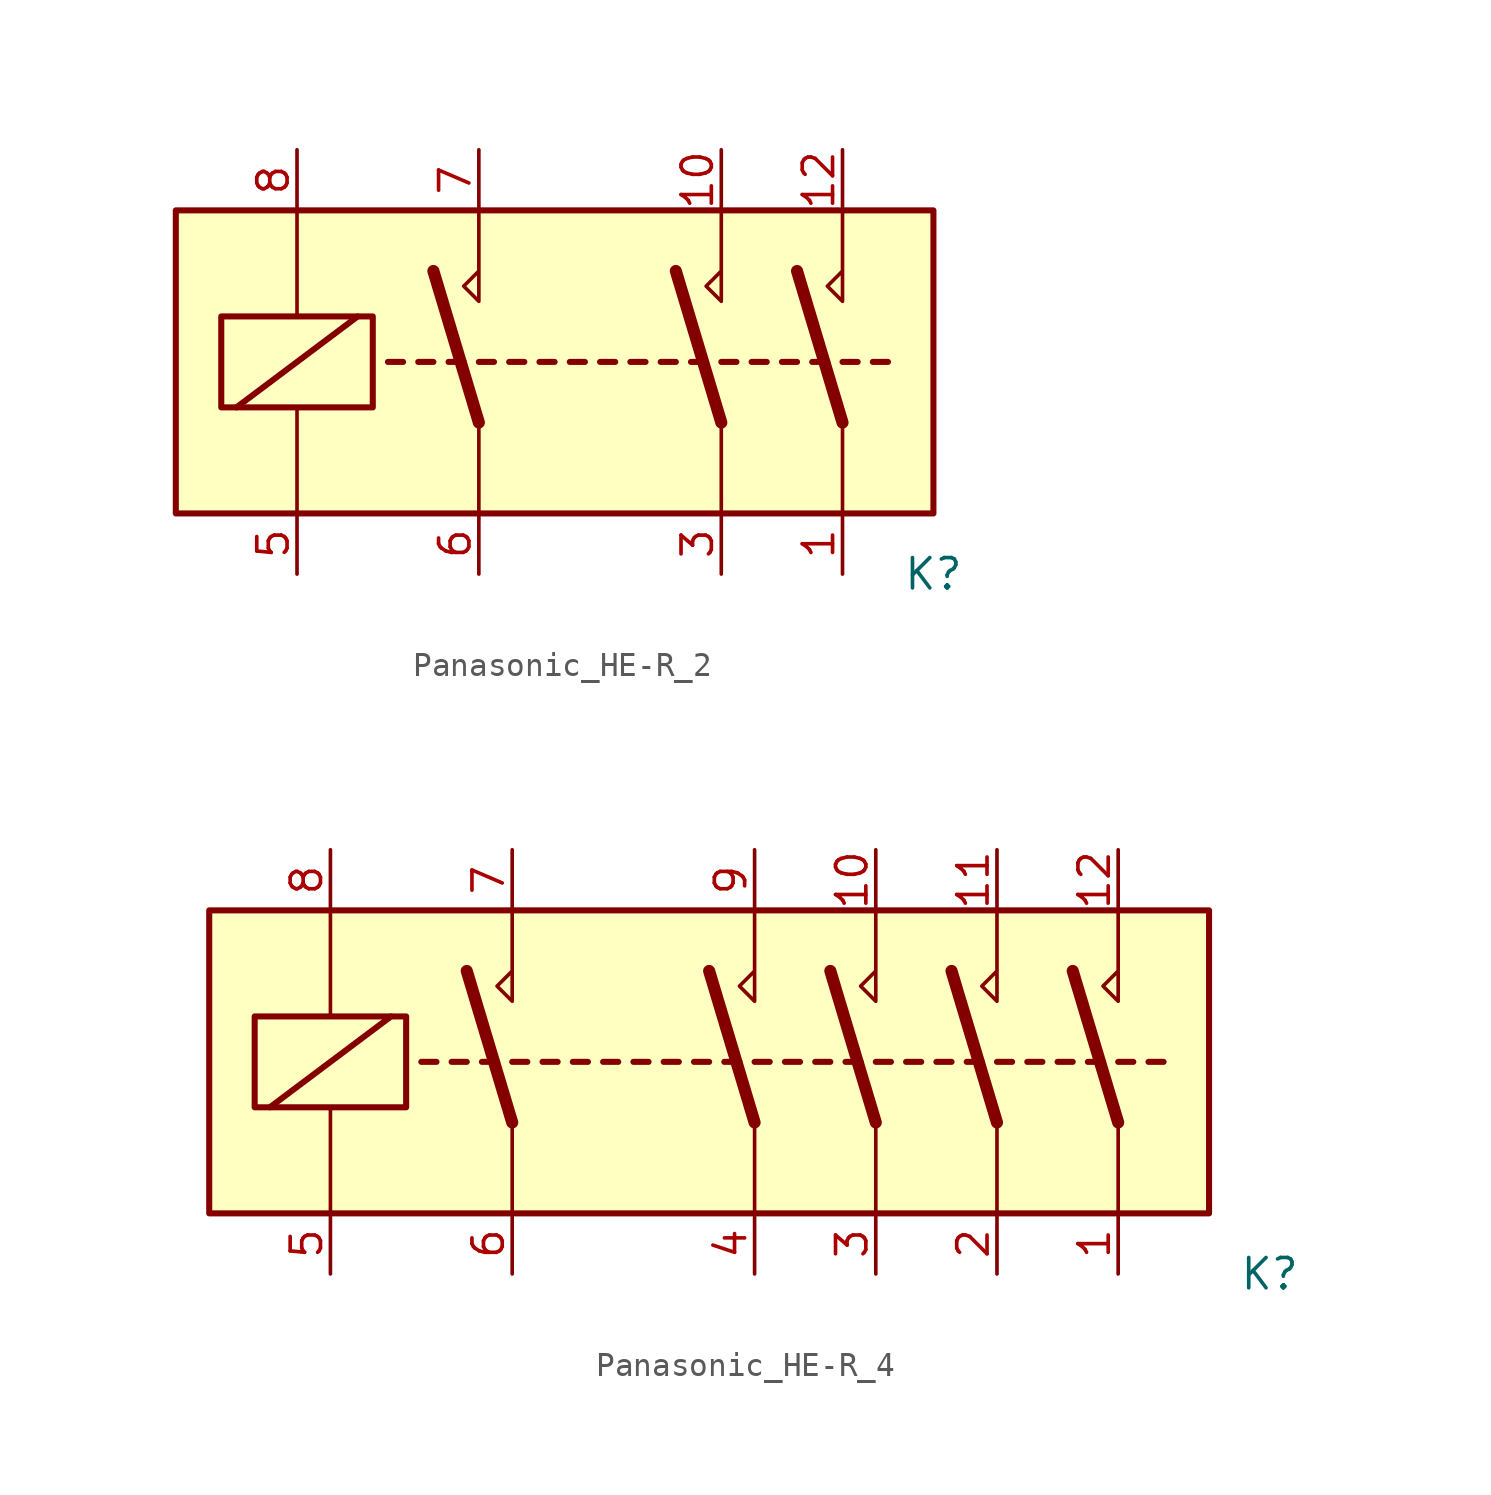
<source format=kicad_sym>
(kicad_symbol_lib
  (version 20231120)
  (generator "kicad_symbol_editor")
  (generator_version "8.0")
  (symbol "Panasonic_HE-R_2"
    (property "Reference" "K"
      (at 31.75 -2.54 0)
      (effects (font (size 1.27 1.27))))
    (property "Value" ""
      (at 5.08 -1.27 0)
      (effects (font (size 1.27 1.27))))
    (symbol "Panasonic_HE-R_2_0_0"
      (polyline (pts (xy 12.7 12.7) (xy 12.7 8.89) (xy 12.065 9.525) (xy 12.7 10.16)) (stroke (width 0) (type default)) (fill (type none)))
      (polyline (pts (xy 22.86 12.7) (xy 22.86 8.89) (xy 22.225 9.525) (xy 22.86 10.16)) (stroke (width 0) (type default)) (fill (type none)))
      (polyline (pts (xy 27.94 12.7) (xy 27.94 8.89) (xy 27.305 9.525) (xy 27.94 10.16)) (stroke (width 0) (type default)) (fill (type none))))
    (symbol "Panasonic_HE-R_2_0_1"
      (polyline (pts (xy 2.54 4.445) (xy 7.62 8.255)) (stroke (width 0.254) (type default)) (fill (type none)))
      (polyline (pts (xy 5.08 0) (xy 5.08 4.445)) (stroke (width 0) (type default)) (fill (type none)))
      (polyline (pts (xy 5.08 12.7) (xy 5.08 8.255)) (stroke (width 0) (type default)) (fill (type none)))
      (polyline (pts (xy 8.89 6.35) (xy 9.525 6.35)) (stroke (width 0.254) (type default)) (fill (type none)))
      (polyline (pts (xy 10.16 6.35) (xy 10.795 6.35)) (stroke (width 0.254) (type default)) (fill (type none)))
      (polyline (pts (xy 11.43 6.35) (xy 12.065 6.35)) (stroke (width 0.254) (type default)) (fill (type none)))
      (polyline (pts (xy 12.7 3.81) (xy 10.795 10.16)) (stroke (width 0.508) (type default)) (fill (type none)))
      (polyline (pts (xy 12.7 3.81) (xy 12.7 0)) (stroke (width 0) (type default)) (fill (type none)))
      (polyline (pts (xy 12.7 6.35) (xy 13.335 6.35)) (stroke (width 0.254) (type default)) (fill (type none)))
      (polyline (pts (xy 13.97 6.35) (xy 14.605 6.35)) (stroke (width 0.254) (type default)) (fill (type none)))
      (polyline (pts (xy 15.24 6.35) (xy 15.875 6.35)) (stroke (width 0.254) (type default)) (fill (type none)))
      (polyline (pts (xy 16.51 6.35) (xy 17.145 6.35)) (stroke (width 0.254) (type default)) (fill (type none)))
      (polyline (pts (xy 17.78 6.35) (xy 18.415 6.35)) (stroke (width 0.254) (type default)) (fill (type none)))
      (polyline (pts (xy 19.05 6.35) (xy 19.685 6.35)) (stroke (width 0.254) (type default)) (fill (type none)))
      (polyline (pts (xy 20.32 6.35) (xy 20.955 6.35)) (stroke (width 0.254) (type default)) (fill (type none)))
      (polyline (pts (xy 21.59 6.35) (xy 22.225 6.35)) (stroke (width 0.254) (type default)) (fill (type none)))
      (polyline (pts (xy 22.86 3.81) (xy 20.955 10.16)) (stroke (width 0.508) (type default)) (fill (type none)))
      (polyline (pts (xy 22.86 3.81) (xy 22.86 0)) (stroke (width 0) (type default)) (fill (type none)))
      (polyline (pts (xy 22.86 6.35) (xy 23.495 6.35)) (stroke (width 0.254) (type default)) (fill (type none)))
      (polyline (pts (xy 24.13 6.35) (xy 24.765 6.35)) (stroke (width 0.254) (type default)) (fill (type none)))
      (polyline (pts (xy 25.4 6.35) (xy 26.035 6.35)) (stroke (width 0.254) (type default)) (fill (type none)))
      (polyline (pts (xy 26.67 6.35) (xy 27.305 6.35)) (stroke (width 0.254) (type default)) (fill (type none)))
      (polyline (pts (xy 27.94 3.81) (xy 26.035 10.16)) (stroke (width 0.508) (type default)) (fill (type none)))
      (polyline (pts (xy 27.94 3.81) (xy 27.94 0)) (stroke (width 0) (type default)) (fill (type none)))
      (polyline (pts (xy 27.94 6.35) (xy 28.575 6.35)) (stroke (width 0.254) (type default)) (fill (type none)))
      (polyline (pts (xy 29.21 6.35) (xy 29.845 6.35)) (stroke (width 0.254) (type default)) (fill (type none)))
      (rectangle (start 0 12.7) (end 31.75 0) (stroke (width 0.254) (type default)) (fill (type background)))
      (rectangle (start 1.905 8.255) (end 8.255 4.445) (stroke (width 0.254) (type default)) (fill (type none))))
    (symbol "Panasonic_HE-R_2_1_1"
      (pin passive line (at 27.94 -2.54 90) (length 2.54) (name "~" (effects (font (size 1.27 1.27)))) (number "1" (effects (font (size 1.27 1.27)))))
      (pin passive line (at 22.86 15.24 270) (length 2.54) (name "~" (effects (font (size 1.27 1.27)))) (number "10" (effects (font (size 1.27 1.27)))))
      (pin passive line (at 27.94 15.24 270) (length 2.54) (name "~" (effects (font (size 1.27 1.27)))) (number "12" (effects (font (size 1.27 1.27)))))
      (pin passive line (at 22.86 -2.54 90) (length 2.54) (name "~" (effects (font (size 1.27 1.27)))) (number "3" (effects (font (size 1.27 1.27)))))
      (pin passive line (at 5.08 -2.54 90) (length 2.54) (name "~" (effects (font (size 1.27 1.27)))) (number "5" (effects (font (size 1.27 1.27)))))
      (pin passive line (at 12.7 -2.54 90) (length 2.54) (name "~" (effects (font (size 1.27 1.27)))) (number "6" (effects (font (size 1.27 1.27)))))
      (pin passive line (at 12.7 15.24 270) (length 2.54) (name "~" (effects (font (size 1.27 1.27)))) (number "7" (effects (font (size 1.27 1.27)))))
      (pin passive line (at 5.08 15.24 270) (length 2.54) (name "~" (effects (font (size 1.27 1.27)))) (number "8" (effects (font (size 1.27 1.27)))))))
  (symbol "Panasonic_HE-R_4"
    (property "Reference" "K"
      (at 44.45 -2.54 0)
      (effects (font (size 1.27 1.27))))
    (property "Value" ""
      (at 0 0 0)
      (effects (font (size 1.27 1.27))))
    (symbol "Panasonic_HE-R_4_0_0"
      (polyline (pts (xy 12.7 12.7) (xy 12.7 8.89) (xy 12.065 9.525) (xy 12.7 10.16)) (stroke (width 0) (type default)) (fill (type none)))
      (polyline (pts (xy 22.86 12.7) (xy 22.86 8.89) (xy 22.225 9.525) (xy 22.86 10.16)) (stroke (width 0) (type default)) (fill (type none)))
      (polyline (pts (xy 27.94 12.7) (xy 27.94 8.89) (xy 27.305 9.525) (xy 27.94 10.16)) (stroke (width 0) (type default)) (fill (type none)))
      (polyline (pts (xy 33.02 12.7) (xy 33.02 8.89) (xy 32.385 9.525) (xy 33.02 10.16)) (stroke (width 0) (type default)) (fill (type none)))
      (polyline (pts (xy 38.1 12.7) (xy 38.1 8.89) (xy 37.465 9.525) (xy 38.1 10.16)) (stroke (width 0) (type default)) (fill (type none))))
    (symbol "Panasonic_HE-R_4_0_1"
      (polyline (pts (xy 2.54 4.445) (xy 7.62 8.255)) (stroke (width 0.254) (type default)) (fill (type none)))
      (polyline (pts (xy 5.08 0) (xy 5.08 4.445)) (stroke (width 0) (type default)) (fill (type none)))
      (polyline (pts (xy 5.08 12.7) (xy 5.08 8.255)) (stroke (width 0) (type default)) (fill (type none)))
      (polyline (pts (xy 8.89 6.35) (xy 9.525 6.35)) (stroke (width 0.254) (type default)) (fill (type none)))
      (polyline (pts (xy 10.16 6.35) (xy 10.795 6.35)) (stroke (width 0.254) (type default)) (fill (type none)))
      (polyline (pts (xy 11.43 6.35) (xy 12.065 6.35)) (stroke (width 0.254) (type default)) (fill (type none)))
      (polyline (pts (xy 12.7 3.81) (xy 10.795 10.16)) (stroke (width 0.508) (type default)) (fill (type none)))
      (polyline (pts (xy 12.7 3.81) (xy 12.7 0)) (stroke (width 0) (type default)) (fill (type none)))
      (polyline (pts (xy 12.7 6.35) (xy 13.335 6.35)) (stroke (width 0.254) (type default)) (fill (type none)))
      (polyline (pts (xy 13.97 6.35) (xy 14.605 6.35)) (stroke (width 0.254) (type default)) (fill (type none)))
      (polyline (pts (xy 15.24 6.35) (xy 15.875 6.35)) (stroke (width 0.254) (type default)) (fill (type none)))
      (polyline (pts (xy 16.51 6.35) (xy 17.145 6.35)) (stroke (width 0.254) (type default)) (fill (type none)))
      (polyline (pts (xy 17.78 6.35) (xy 18.415 6.35)) (stroke (width 0.254) (type default)) (fill (type none)))
      (polyline (pts (xy 19.05 6.35) (xy 19.685 6.35)) (stroke (width 0.254) (type default)) (fill (type none)))
      (polyline (pts (xy 20.32 6.35) (xy 20.955 6.35)) (stroke (width 0.254) (type default)) (fill (type none)))
      (polyline (pts (xy 21.59 6.35) (xy 22.225 6.35)) (stroke (width 0.254) (type default)) (fill (type none)))
      (polyline (pts (xy 22.86 3.81) (xy 20.955 10.16)) (stroke (width 0.508) (type default)) (fill (type none)))
      (polyline (pts (xy 22.86 3.81) (xy 22.86 0)) (stroke (width 0) (type default)) (fill (type none)))
      (polyline (pts (xy 22.86 6.35) (xy 23.495 6.35)) (stroke (width 0.254) (type default)) (fill (type none)))
      (polyline (pts (xy 24.13 6.35) (xy 24.765 6.35)) (stroke (width 0.254) (type default)) (fill (type none)))
      (polyline (pts (xy 25.4 6.35) (xy 26.035 6.35)) (stroke (width 0.254) (type default)) (fill (type none)))
      (polyline (pts (xy 26.67 6.35) (xy 27.305 6.35)) (stroke (width 0.254) (type default)) (fill (type none)))
      (polyline (pts (xy 27.94 3.81) (xy 26.035 10.16)) (stroke (width 0.508) (type default)) (fill (type none)))
      (polyline (pts (xy 27.94 3.81) (xy 27.94 0)) (stroke (width 0) (type default)) (fill (type none)))
      (polyline (pts (xy 27.94 6.35) (xy 28.575 6.35)) (stroke (width 0.254) (type default)) (fill (type none)))
      (polyline (pts (xy 29.21 6.35) (xy 29.845 6.35)) (stroke (width 0.254) (type default)) (fill (type none)))
      (polyline (pts (xy 30.48 6.35) (xy 31.115 6.35)) (stroke (width 0.254) (type default)) (fill (type none)))
      (polyline (pts (xy 31.75 6.35) (xy 32.385 6.35)) (stroke (width 0.254) (type default)) (fill (type none)))
      (polyline (pts (xy 33.02 3.81) (xy 31.115 10.16)) (stroke (width 0.508) (type default)) (fill (type none)))
      (polyline (pts (xy 33.02 3.81) (xy 33.02 0)) (stroke (width 0) (type default)) (fill (type none)))
      (polyline (pts (xy 33.02 6.35) (xy 33.655 6.35)) (stroke (width 0.254) (type default)) (fill (type none)))
      (polyline (pts (xy 34.29 6.35) (xy 34.925 6.35)) (stroke (width 0.254) (type default)) (fill (type none)))
      (polyline (pts (xy 35.56 6.35) (xy 36.195 6.35)) (stroke (width 0.254) (type default)) (fill (type none)))
      (polyline (pts (xy 36.83 6.35) (xy 37.465 6.35)) (stroke (width 0.254) (type default)) (fill (type none)))
      (polyline (pts (xy 38.1 3.81) (xy 36.195 10.16)) (stroke (width 0.508) (type default)) (fill (type none)))
      (polyline (pts (xy 38.1 3.81) (xy 38.1 0)) (stroke (width 0) (type default)) (fill (type none)))
      (polyline (pts (xy 38.1 6.35) (xy 38.735 6.35)) (stroke (width 0.254) (type default)) (fill (type none)))
      (polyline (pts (xy 39.37 6.35) (xy 40.005 6.35)) (stroke (width 0.254) (type default)) (fill (type none)))
      (rectangle (start 0 12.7) (end 41.91 0) (stroke (width 0.254) (type default)) (fill (type background)))
      (rectangle (start 1.905 8.255) (end 8.255 4.445) (stroke (width 0.254) (type default)) (fill (type none))))
    (symbol "Panasonic_HE-R_4_1_1"
      (pin passive line (at 38.1 -2.54 90) (length 2.54) (name "~" (effects (font (size 1.27 1.27)))) (number "1" (effects (font (size 1.27 1.27)))))
      (pin passive line (at 27.94 15.24 270) (length 2.54) (name "~" (effects (font (size 1.27 1.27)))) (number "10" (effects (font (size 1.27 1.27)))))
      (pin passive line (at 33.02 15.24 270) (length 2.54) (name "~" (effects (font (size 1.27 1.27)))) (number "11" (effects (font (size 1.27 1.27)))))
      (pin passive line (at 38.1 15.24 270) (length 2.54) (name "~" (effects (font (size 1.27 1.27)))) (number "12" (effects (font (size 1.27 1.27)))))
      (pin passive line (at 33.02 -2.54 90) (length 2.54) (name "~" (effects (font (size 1.27 1.27)))) (number "2" (effects (font (size 1.27 1.27)))))
      (pin passive line (at 27.94 -2.54 90) (length 2.54) (name "~" (effects (font (size 1.27 1.27)))) (number "3" (effects (font (size 1.27 1.27)))))
      (pin passive line (at 22.86 -2.54 90) (length 2.54) (name "~" (effects (font (size 1.27 1.27)))) (number "4" (effects (font (size 1.27 1.27)))))
      (pin passive line (at 5.08 -2.54 90) (length 2.54) (name "~" (effects (font (size 1.27 1.27)))) (number "5" (effects (font (size 1.27 1.27)))))
      (pin passive line (at 12.7 -2.54 90) (length 2.54) (name "~" (effects (font (size 1.27 1.27)))) (number "6" (effects (font (size 1.27 1.27)))))
      (pin passive line (at 12.7 15.24 270) (length 2.54) (name "~" (effects (font (size 1.27 1.27)))) (number "7" (effects (font (size 1.27 1.27)))))
      (pin passive line (at 5.08 15.24 270) (length 2.54) (name "~" (effects (font (size 1.27 1.27)))) (number "8" (effects (font (size 1.27 1.27)))))
      (pin passive line (at 22.86 15.24 270) (length 2.54) (name "~" (effects (font (size 1.27 1.27)))) (number "9" (effects (font (size 1.27 1.27))))))))
</source>
